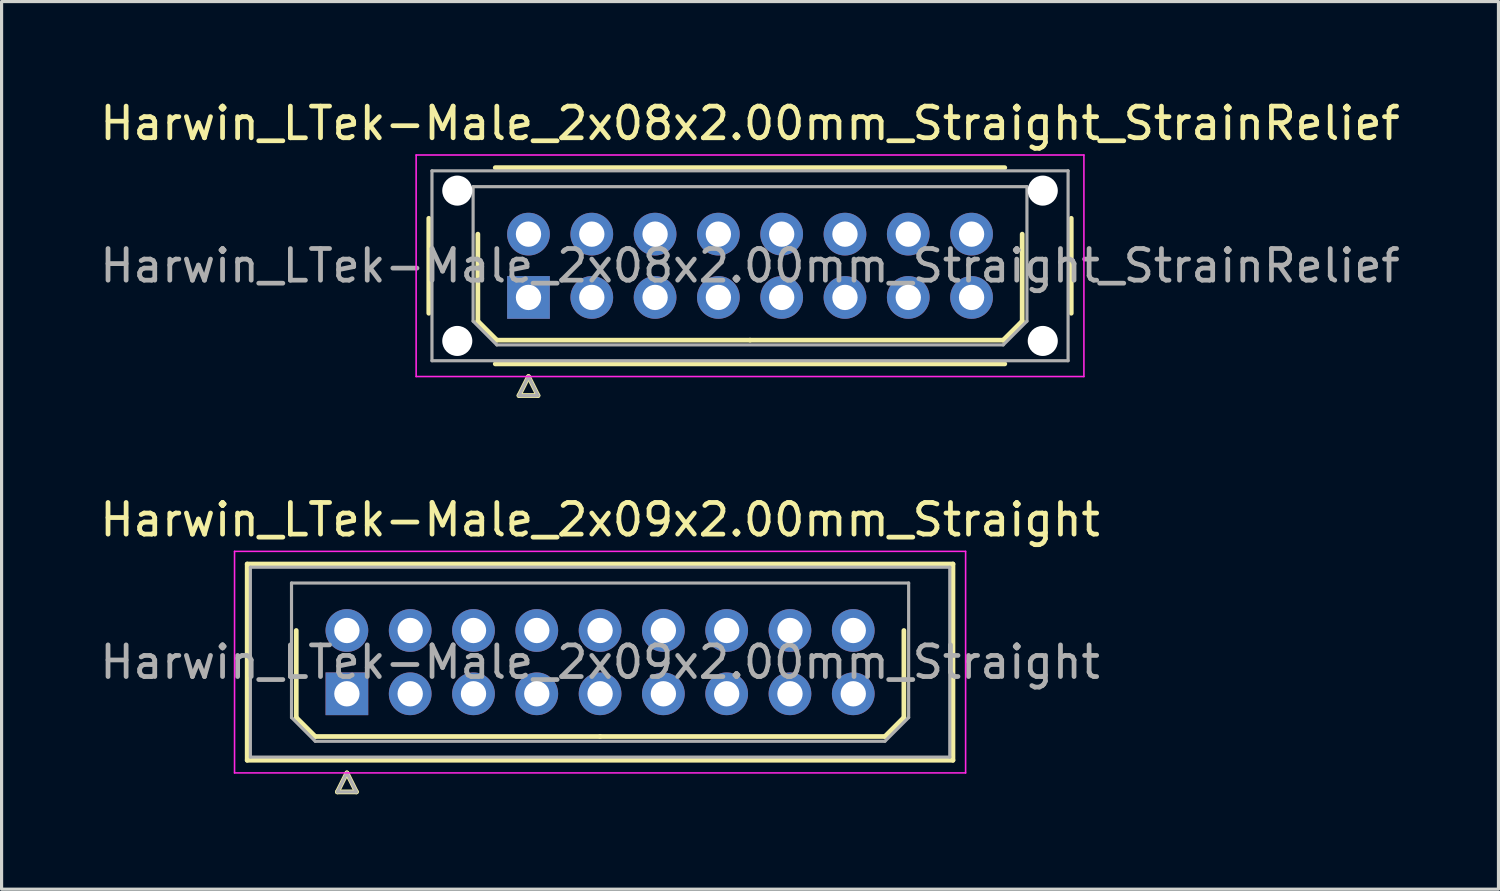
<source format=kicad_pcb>
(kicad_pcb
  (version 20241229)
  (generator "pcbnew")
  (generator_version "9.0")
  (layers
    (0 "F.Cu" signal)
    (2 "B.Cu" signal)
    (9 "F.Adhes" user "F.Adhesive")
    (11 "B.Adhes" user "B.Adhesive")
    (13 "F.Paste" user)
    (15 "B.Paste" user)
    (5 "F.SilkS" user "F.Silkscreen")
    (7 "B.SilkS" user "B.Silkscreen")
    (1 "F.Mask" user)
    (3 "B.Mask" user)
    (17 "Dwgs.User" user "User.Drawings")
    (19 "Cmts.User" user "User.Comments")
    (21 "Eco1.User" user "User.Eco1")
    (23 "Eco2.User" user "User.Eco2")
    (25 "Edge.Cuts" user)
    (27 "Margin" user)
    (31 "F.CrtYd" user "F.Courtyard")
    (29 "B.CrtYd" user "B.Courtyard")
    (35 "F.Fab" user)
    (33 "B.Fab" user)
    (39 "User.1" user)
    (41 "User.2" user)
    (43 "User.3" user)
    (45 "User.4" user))
  (footprint "Harwin_LTek-Male_2x09x2.00mm_Straight"
    (layer "F.Cu")
    (at 7.911 18.872)
    (property "Reference" "Harwin_LTek-Male_2x09x2.00mm_Straight" (at 8 -5.5 0) (layer "F.SilkS") (effects (font (size 1 1) (thickness 0.15))))
    (attr through_hole)
    (fp_line (start -3.15 -4.1) (end -3.15 2.1) (stroke (width 0.15) (type solid)) (layer "F.SilkS"))
    (fp_line (start -3.15 2.1) (end 19.15 2.1) (stroke (width 0.15) (type solid)) (layer "F.SilkS"))
    (fp_line (start -1.6 -2) (end -1.6 0.75) (stroke (width 0.15) (type solid)) (layer "F.SilkS"))
    (fp_line (start -1.6 0.75) (end -1 1.35) (stroke (width 0.15) (type solid)) (layer "F.SilkS"))
    (fp_line (start -1 1.35) (end 8 1.35) (stroke (width 0.15) (type solid)) (layer "F.SilkS"))
    (fp_line (start -0.3 3.1) (end 0.3 3.1) (stroke (width 0.15) (type solid)) (layer "F.SilkS"))
    (fp_line (start 0 2.5) (end -0.3 3.1) (stroke (width 0.15) (type solid)) (layer "F.SilkS"))
    (fp_line (start 0.3 3.1) (end 0 2.5) (stroke (width 0.15) (type solid)) (layer "F.SilkS"))
    (fp_line (start 17 1.35) (end 8 1.35) (stroke (width 0.15) (type solid)) (layer "F.SilkS"))
    (fp_line (start 17.6 -2) (end 17.6 0.75) (stroke (width 0.15) (type solid)) (layer "F.SilkS"))
    (fp_line (start 17.6 0.75) (end 17 1.35) (stroke (width 0.15) (type solid)) (layer "F.SilkS"))
    (fp_line (start 19.15 -4.1) (end -3.15 -4.1) (stroke (width 0.15) (type solid)) (layer "F.SilkS"))
    (fp_line (start 19.15 2.1) (end 19.15 -4.1) (stroke (width 0.15) (type solid)) (layer "F.SilkS"))
    (fp_line (start -3.55 -4.5) (end -3.55 2.5) (stroke (width 0.05) (type solid)) (layer "F.CrtYd"))
    (fp_line (start -3.55 2.5) (end 19.55 2.5) (stroke (width 0.05) (type solid)) (layer "F.CrtYd"))
    (fp_line (start 19.55 -4.5) (end -3.55 -4.5) (stroke (width 0.05) (type solid)) (layer "F.CrtYd"))
    (fp_line (start 19.55 2.5) (end 19.55 -4.5) (stroke (width 0.05) (type solid)) (layer "F.CrtYd"))
    (fp_line (start -3.05 -4) (end -3.05 2) (stroke (width 0.1) (type solid)) (layer "F.Fab"))
    (fp_line (start -3.05 2) (end 19.05 2) (stroke (width 0.1) (type solid)) (layer "F.Fab"))
    (fp_line (start -1.75 -3.5) (end 17.75 -3.5) (stroke (width 0.1) (type solid)) (layer "F.Fab"))
    (fp_line (start -1.75 0.75) (end -1.75 -3.5) (stroke (width 0.1) (type solid)) (layer "F.Fab"))
    (fp_line (start -1 1.5) (end -1.75 0.75) (stroke (width 0.1) (type solid)) (layer "F.Fab"))
    (fp_line (start -0.3 3.1) (end 0.3 3.1) (stroke (width 0.1) (type solid)) (layer "F.Fab"))
    (fp_line (start 0 2.5) (end -0.3 3.1) (stroke (width 0.1) (type solid)) (layer "F.Fab"))
    (fp_line (start 0.3 3.1) (end 0 2.5) (stroke (width 0.1) (type solid)) (layer "F.Fab"))
    (fp_line (start 17 1.5) (end -1 1.5) (stroke (width 0.1) (type solid)) (layer "F.Fab"))
    (fp_line (start 17.75 -3.5) (end 17.75 0.75) (stroke (width 0.1) (type solid)) (layer "F.Fab"))
    (fp_line (start 17.75 0.75) (end 17 1.5) (stroke (width 0.1) (type solid)) (layer "F.Fab"))
    (fp_line (start 19.05 -4) (end -3.05 -4) (stroke (width 0.1) (type solid)) (layer "F.Fab"))
    (fp_line (start 19.05 2) (end 19.05 -4) (stroke (width 0.1) (type solid)) (layer "F.Fab"))
    (fp_text user "${REFERENCE}" (at 8 -1 0) (layer "F.Fab") (effects (font (size 1 1) (thickness 0.15))))
    (pad "1" thru_hole rect (at 0 0) (size 1.35 1.35) (drill 0.8) (layers "*.Cu" "*.Mask"))
    (pad "2" thru_hole circle (at 2 0) (size 1.35 1.35) (drill 0.8) (layers "*.Cu" "*.Mask"))
    (pad "3" thru_hole circle (at 4 0) (size 1.35 1.35) (drill 0.8) (layers "*.Cu" "*.Mask"))
    (pad "4" thru_hole circle (at 6 0) (size 1.35 1.35) (drill 0.8) (layers "*.Cu" "*.Mask"))
    (pad "5" thru_hole circle (at 8 0) (size 1.35 1.35) (drill 0.8) (layers "*.Cu" "*.Mask"))
    (pad "6" thru_hole circle (at 10 0) (size 1.35 1.35) (drill 0.8) (layers "*.Cu" "*.Mask"))
    (pad "7" thru_hole circle (at 12 0) (size 1.35 1.35) (drill 0.8) (layers "*.Cu" "*.Mask"))
    (pad "8" thru_hole circle (at 14 0) (size 1.35 1.35) (drill 0.8) (layers "*.Cu" "*.Mask"))
    (pad "9" thru_hole circle (at 16 0) (size 1.35 1.35) (drill 0.8) (layers "*.Cu" "*.Mask"))
    (pad "10" thru_hole circle (at 0 -2) (size 1.35 1.35) (drill 0.8) (layers "*.Cu" "*.Mask"))
    (pad "11" thru_hole circle (at 2 -2) (size 1.35 1.35) (drill 0.8) (layers "*.Cu" "*.Mask"))
    (pad "12" thru_hole circle (at 4 -2) (size 1.35 1.35) (drill 0.8) (layers "*.Cu" "*.Mask"))
    (pad "13" thru_hole circle (at 6 -2) (size 1.35 1.35) (drill 0.8) (layers "*.Cu" "*.Mask"))
    (pad "14" thru_hole circle (at 8 -2) (size 1.35 1.35) (drill 0.8) (layers "*.Cu" "*.Mask"))
    (pad "15" thru_hole circle (at 10 -2) (size 1.35 1.35) (drill 0.8) (layers "*.Cu" "*.Mask"))
    (pad "16" thru_hole circle (at 12 -2) (size 1.35 1.35) (drill 0.8) (layers "*.Cu" "*.Mask"))
    (pad "17" thru_hole circle (at 14 -2) (size 1.35 1.35) (drill 0.8) (layers "*.Cu" "*.Mask"))
    (pad "18" thru_hole circle (at 16 -2) (size 1.35 1.35) (drill 0.8) (layers "*.Cu" "*.Mask")))
  (footprint "Harwin_LTek-Male_2x08x2.00mm_Straight_StrainRelief"
    (layer "F.Cu")
    (at 13.649 6.348)
    (property "Reference" "Harwin_LTek-Male_2x08x2.00mm_Straight_StrainRelief" (at 7 -5.5 0) (layer "F.SilkS") (effects (font (size 1 1) (thickness 0.15))))
    (attr through_hole)
    (fp_line (start -3.15 -2.5) (end -3.15 0.5) (stroke (width 0.15) (type solid)) (layer "F.SilkS"))
    (fp_line (start -1.6 -2) (end -1.6 0.75) (stroke (width 0.15) (type solid)) (layer "F.SilkS"))
    (fp_line (start -1.6 0.75) (end -1 1.35) (stroke (width 0.15) (type solid)) (layer "F.SilkS"))
    (fp_line (start -1.05 -4.1) (end 15.05 -4.1) (stroke (width 0.15) (type solid)) (layer "F.SilkS"))
    (fp_line (start -1.05 2.1) (end 15.05 2.1) (stroke (width 0.15) (type solid)) (layer "F.SilkS"))
    (fp_line (start -1 1.35) (end 7 1.35) (stroke (width 0.15) (type solid)) (layer "F.SilkS"))
    (fp_line (start -0.3 3.1) (end 0.3 3.1) (stroke (width 0.15) (type solid)) (layer "F.SilkS"))
    (fp_line (start 0 2.5) (end -0.3 3.1) (stroke (width 0.15) (type solid)) (layer "F.SilkS"))
    (fp_line (start 0.3 3.1) (end 0 2.5) (stroke (width 0.15) (type solid)) (layer "F.SilkS"))
    (fp_line (start 15 1.35) (end 7 1.35) (stroke (width 0.15) (type solid)) (layer "F.SilkS"))
    (fp_line (start 15.6 -2) (end 15.6 0.75) (stroke (width 0.15) (type solid)) (layer "F.SilkS"))
    (fp_line (start 15.6 0.75) (end 15 1.35) (stroke (width 0.15) (type solid)) (layer "F.SilkS"))
    (fp_line (start 17.15 -2.5) (end 17.15 0.5) (stroke (width 0.15) (type solid)) (layer "F.SilkS"))
    (fp_line (start -3.55 -4.5) (end -3.55 2.5) (stroke (width 0.05) (type solid)) (layer "F.CrtYd"))
    (fp_line (start -3.55 2.5) (end 17.55 2.5) (stroke (width 0.05) (type solid)) (layer "F.CrtYd"))
    (fp_line (start 17.55 -4.5) (end -3.55 -4.5) (stroke (width 0.05) (type solid)) (layer "F.CrtYd"))
    (fp_line (start 17.55 2.5) (end 17.55 -4.5) (stroke (width 0.05) (type solid)) (layer "F.CrtYd"))
    (fp_line (start -3.05 -4) (end -3.05 2) (stroke (width 0.1) (type solid)) (layer "F.Fab"))
    (fp_line (start -3.05 2) (end 17.05 2) (stroke (width 0.1) (type solid)) (layer "F.Fab"))
    (fp_line (start -1.75 -3.5) (end 15.75 -3.5) (stroke (width 0.1) (type solid)) (layer "F.Fab"))
    (fp_line (start -1.75 0.75) (end -1.75 -3.5) (stroke (width 0.1) (type solid)) (layer "F.Fab"))
    (fp_line (start -1 1.5) (end -1.75 0.75) (stroke (width 0.1) (type solid)) (layer "F.Fab"))
    (fp_line (start -0.3 3.1) (end 0.3 3.1) (stroke (width 0.1) (type solid)) (layer "F.Fab"))
    (fp_line (start 0 2.5) (end -0.3 3.1) (stroke (width 0.1) (type solid)) (layer "F.Fab"))
    (fp_line (start 0.3 3.1) (end 0 2.5) (stroke (width 0.1) (type solid)) (layer "F.Fab"))
    (fp_line (start 15 1.5) (end -1 1.5) (stroke (width 0.1) (type solid)) (layer "F.Fab"))
    (fp_line (start 15.75 -3.5) (end 15.75 0.75) (stroke (width 0.1) (type solid)) (layer "F.Fab"))
    (fp_line (start 15.75 0.75) (end 15 1.5) (stroke (width 0.1) (type solid)) (layer "F.Fab"))
    (fp_line (start 17.05 -4) (end -3.05 -4) (stroke (width 0.1) (type solid)) (layer "F.Fab"))
    (fp_line (start 17.05 2) (end 17.05 -4) (stroke (width 0.1) (type solid)) (layer "F.Fab"))
    (fp_text user "${REFERENCE}" (at 7 -1 0) (layer "F.Fab") (effects (font (size 1 1) (thickness 0.15))))
    (pad "" np_thru_hole circle (at -2.25 -3.375) (size 0.95 0.95) (drill 0.95) (layers "*.Cu" "*.Mask"))
    (pad "" np_thru_hole circle (at -2.25 1.375) (size 0.95 0.95) (drill 0.95) (layers "*.Cu" "*.Mask"))
    (pad "" np_thru_hole circle (at 16.25 -3.375) (size 0.95 0.95) (drill 0.95) (layers "*.Cu" "*.Mask"))
    (pad "" np_thru_hole circle (at 16.25 1.375) (size 0.95 0.95) (drill 0.95) (layers "*.Cu" "*.Mask"))
    (pad "1" thru_hole rect (at 0 0) (size 1.35 1.35) (drill 0.8) (layers "*.Cu" "*.Mask"))
    (pad "2" thru_hole circle (at 2 0) (size 1.35 1.35) (drill 0.8) (layers "*.Cu" "*.Mask"))
    (pad "3" thru_hole circle (at 4 0) (size 1.35 1.35) (drill 0.8) (layers "*.Cu" "*.Mask"))
    (pad "4" thru_hole circle (at 6 0) (size 1.35 1.35) (drill 0.8) (layers "*.Cu" "*.Mask"))
    (pad "5" thru_hole circle (at 8 0) (size 1.35 1.35) (drill 0.8) (layers "*.Cu" "*.Mask"))
    (pad "6" thru_hole circle (at 10 0) (size 1.35 1.35) (drill 0.8) (layers "*.Cu" "*.Mask"))
    (pad "7" thru_hole circle (at 12 0) (size 1.35 1.35) (drill 0.8) (layers "*.Cu" "*.Mask"))
    (pad "8" thru_hole circle (at 14 0) (size 1.35 1.35) (drill 0.8) (layers "*.Cu" "*.Mask"))
    (pad "9" thru_hole circle (at 0 -2) (size 1.35 1.35) (drill 0.8) (layers "*.Cu" "*.Mask"))
    (pad "10" thru_hole circle (at 2 -2) (size 1.35 1.35) (drill 0.8) (layers "*.Cu" "*.Mask"))
    (pad "11" thru_hole circle (at 4 -2) (size 1.35 1.35) (drill 0.8) (layers "*.Cu" "*.Mask"))
    (pad "12" thru_hole circle (at 6 -2) (size 1.35 1.35) (drill 0.8) (layers "*.Cu" "*.Mask"))
    (pad "13" thru_hole circle (at 8 -2) (size 1.35 1.35) (drill 0.8) (layers "*.Cu" "*.Mask"))
    (pad "14" thru_hole circle (at 10 -2) (size 1.35 1.35) (drill 0.8) (layers "*.Cu" "*.Mask"))
    (pad "15" thru_hole circle (at 12 -2) (size 1.35 1.35) (drill 0.8) (layers "*.Cu" "*.Mask"))
    (pad "16" thru_hole circle (at 14 -2) (size 1.35 1.35) (drill 0.8) (layers "*.Cu" "*.Mask")))
  (gr_rect
    (start -3 -3)
    (end 44.298 25.047)
    (stroke (width 0.1) (type default))
    (fill no)
    (layer "Edge.Cuts")))
</source>
